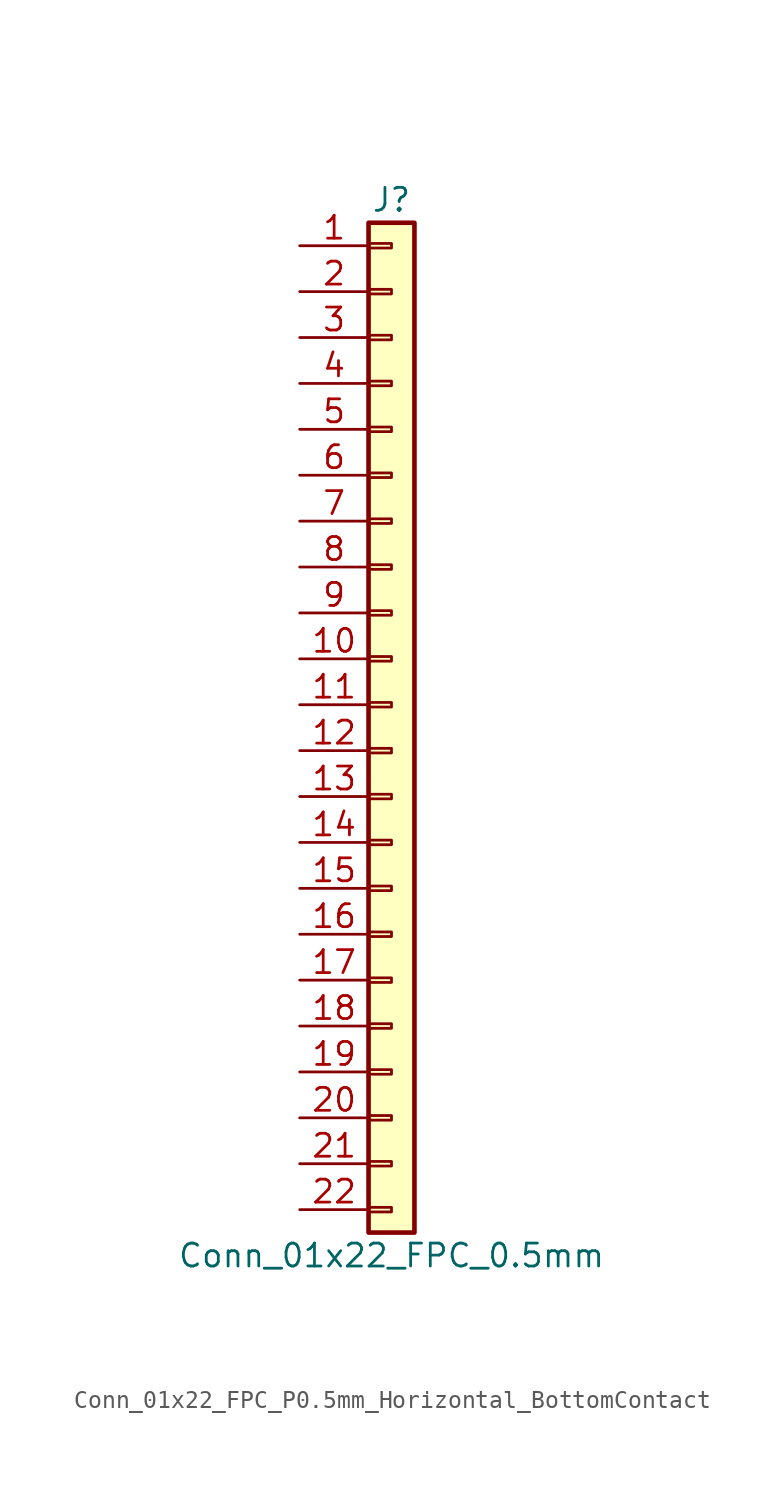
<source format=kicad_sym>
(kicad_symbol_lib
  (version 20241209)
  (generator "kicad_symbol_editor")
  (generator_version "9.0")
  (symbol "Conn_01x22_FPC_P0.5mm_Horizontal_BottomContact"
    (pin_names
      (offset 1.016)
      (hide yes))
    (property "Reference" "J"
      (at 0 27.94 0)
      (effects (font (size 1.27 1.27))))
    (property "Value" "Conn_01x22_FPC_0.5mm"
      (at 0 -30.48 0)
      (effects (font (size 1.27 1.27))))
    (symbol "Conn_01x22_FPC_P0.5mm_Horizontal_BottomContact_1_1"
      (rectangle (start -1.27 26.67) (end 1.27 -29.21) (stroke (width 0.254) (type default)) (fill (type background)))
      (rectangle (start -1.27 25.527) (end 0 25.273) (stroke (width 0.152) (type default)) (fill (type none)))
      (rectangle (start -1.27 22.987) (end 0 22.733) (stroke (width 0.152) (type default)) (fill (type none)))
      (rectangle (start -1.27 20.447) (end 0 20.193) (stroke (width 0.152) (type default)) (fill (type none)))
      (rectangle (start -1.27 17.907) (end 0 17.653) (stroke (width 0.152) (type default)) (fill (type none)))
      (rectangle (start -1.27 15.367) (end 0 15.113) (stroke (width 0.152) (type default)) (fill (type none)))
      (rectangle (start -1.27 12.827) (end 0 12.573) (stroke (width 0.152) (type default)) (fill (type none)))
      (rectangle (start -1.27 10.287) (end 0 10.033) (stroke (width 0.152) (type default)) (fill (type none)))
      (rectangle (start -1.27 7.747) (end 0 7.493) (stroke (width 0.152) (type default)) (fill (type none)))
      (rectangle (start -1.27 5.207) (end 0 4.953) (stroke (width 0.152) (type default)) (fill (type none)))
      (rectangle (start -1.27 2.667) (end 0 2.413) (stroke (width 0.152) (type default)) (fill (type none)))
      (rectangle (start -1.27 0.127) (end 0 -0.127) (stroke (width 0.152) (type default)) (fill (type none)))
      (rectangle (start -1.27 -2.413) (end 0 -2.667) (stroke (width 0.152) (type default)) (fill (type none)))
      (rectangle (start -1.27 -4.953) (end 0 -5.207) (stroke (width 0.152) (type default)) (fill (type none)))
      (rectangle (start -1.27 -7.493) (end 0 -7.747) (stroke (width 0.152) (type default)) (fill (type none)))
      (rectangle (start -1.27 -10.033) (end 0 -10.287) (stroke (width 0.152) (type default)) (fill (type none)))
      (rectangle (start -1.27 -12.573) (end 0 -12.827) (stroke (width 0.152) (type default)) (fill (type none)))
      (rectangle (start -1.27 -15.113) (end 0 -15.367) (stroke (width 0.152) (type default)) (fill (type none)))
      (rectangle (start -1.27 -17.653) (end 0 -17.907) (stroke (width 0.152) (type default)) (fill (type none)))
      (rectangle (start -1.27 -20.193) (end 0 -20.447) (stroke (width 0.152) (type default)) (fill (type none)))
      (rectangle (start -1.27 -22.733) (end 0 -22.987) (stroke (width 0.152) (type default)) (fill (type none)))
      (rectangle (start -1.27 -25.273) (end 0 -25.527) (stroke (width 0.152) (type default)) (fill (type none)))
      (rectangle (start -1.27 -27.813) (end 0 -28.067) (stroke (width 0.152) (type default)) (fill (type none)))
      (pin passive line (at -5.08 25.4 0) (length 3.81) (name "Pin_1" (effects (font (size 1.27 1.27)))) (number "1" (effects (font (size 1.27 1.27)))))
      (pin passive line (at -5.08 22.86 0) (length 3.81) (name "Pin_2" (effects (font (size 1.27 1.27)))) (number "2" (effects (font (size 1.27 1.27)))))
      (pin passive line (at -5.08 20.32 0) (length 3.81) (name "Pin_3" (effects (font (size 1.27 1.27)))) (number "3" (effects (font (size 1.27 1.27)))))
      (pin passive line (at -5.08 17.78 0) (length 3.81) (name "Pin_4" (effects (font (size 1.27 1.27)))) (number "4" (effects (font (size 1.27 1.27)))))
      (pin passive line (at -5.08 15.24 0) (length 3.81) (name "Pin_5" (effects (font (size 1.27 1.27)))) (number "5" (effects (font (size 1.27 1.27)))))
      (pin passive line (at -5.08 12.7 0) (length 3.81) (name "Pin_6" (effects (font (size 1.27 1.27)))) (number "6" (effects (font (size 1.27 1.27)))))
      (pin passive line (at -5.08 10.16 0) (length 3.81) (name "Pin_7" (effects (font (size 1.27 1.27)))) (number "7" (effects (font (size 1.27 1.27)))))
      (pin passive line (at -5.08 7.62 0) (length 3.81) (name "Pin_8" (effects (font (size 1.27 1.27)))) (number "8" (effects (font (size 1.27 1.27)))))
      (pin passive line (at -5.08 5.08 0) (length 3.81) (name "Pin_9" (effects (font (size 1.27 1.27)))) (number "9" (effects (font (size 1.27 1.27)))))
      (pin passive line (at -5.08 2.54 0) (length 3.81) (name "Pin_10" (effects (font (size 1.27 1.27)))) (number "10" (effects (font (size 1.27 1.27)))))
      (pin passive line (at -5.08 0 0) (length 3.81) (name "Pin_11" (effects (font (size 1.27 1.27)))) (number "11" (effects (font (size 1.27 1.27)))))
      (pin passive line (at -5.08 -2.54 0) (length 3.81) (name "Pin_12" (effects (font (size 1.27 1.27)))) (number "12" (effects (font (size 1.27 1.27)))))
      (pin passive line (at -5.08 -5.08 0) (length 3.81) (name "Pin_13" (effects (font (size 1.27 1.27)))) (number "13" (effects (font (size 1.27 1.27)))))
      (pin passive line (at -5.08 -7.62 0) (length 3.81) (name "Pin_14" (effects (font (size 1.27 1.27)))) (number "14" (effects (font (size 1.27 1.27)))))
      (pin passive line (at -5.08 -10.16 0) (length 3.81) (name "Pin_15" (effects (font (size 1.27 1.27)))) (number "15" (effects (font (size 1.27 1.27)))))
      (pin passive line (at -5.08 -12.7 0) (length 3.81) (name "Pin_16" (effects (font (size 1.27 1.27)))) (number "16" (effects (font (size 1.27 1.27)))))
      (pin passive line (at -5.08 -15.24 0) (length 3.81) (name "Pin_17" (effects (font (size 1.27 1.27)))) (number "17" (effects (font (size 1.27 1.27)))))
      (pin passive line (at -5.08 -17.78 0) (length 3.81) (name "Pin_18" (effects (font (size 1.27 1.27)))) (number "18" (effects (font (size 1.27 1.27)))))
      (pin passive line (at -5.08 -20.32 0) (length 3.81) (name "Pin_19" (effects (font (size 1.27 1.27)))) (number "19" (effects (font (size 1.27 1.27)))))
      (pin passive line (at -5.08 -22.86 0) (length 3.81) (name "Pin_20" (effects (font (size 1.27 1.27)))) (number "20" (effects (font (size 1.27 1.27)))))
      (pin passive line (at -5.08 -25.4 0) (length 3.81) (name "Pin_21" (effects (font (size 1.27 1.27)))) (number "21" (effects (font (size 1.27 1.27)))))
      (pin passive line (at -5.08 -27.94 0) (length 3.81) (name "Pin_22" (effects (font (size 1.27 1.27)))) (number "22" (effects (font (size 1.27 1.27))))))))
</source>
